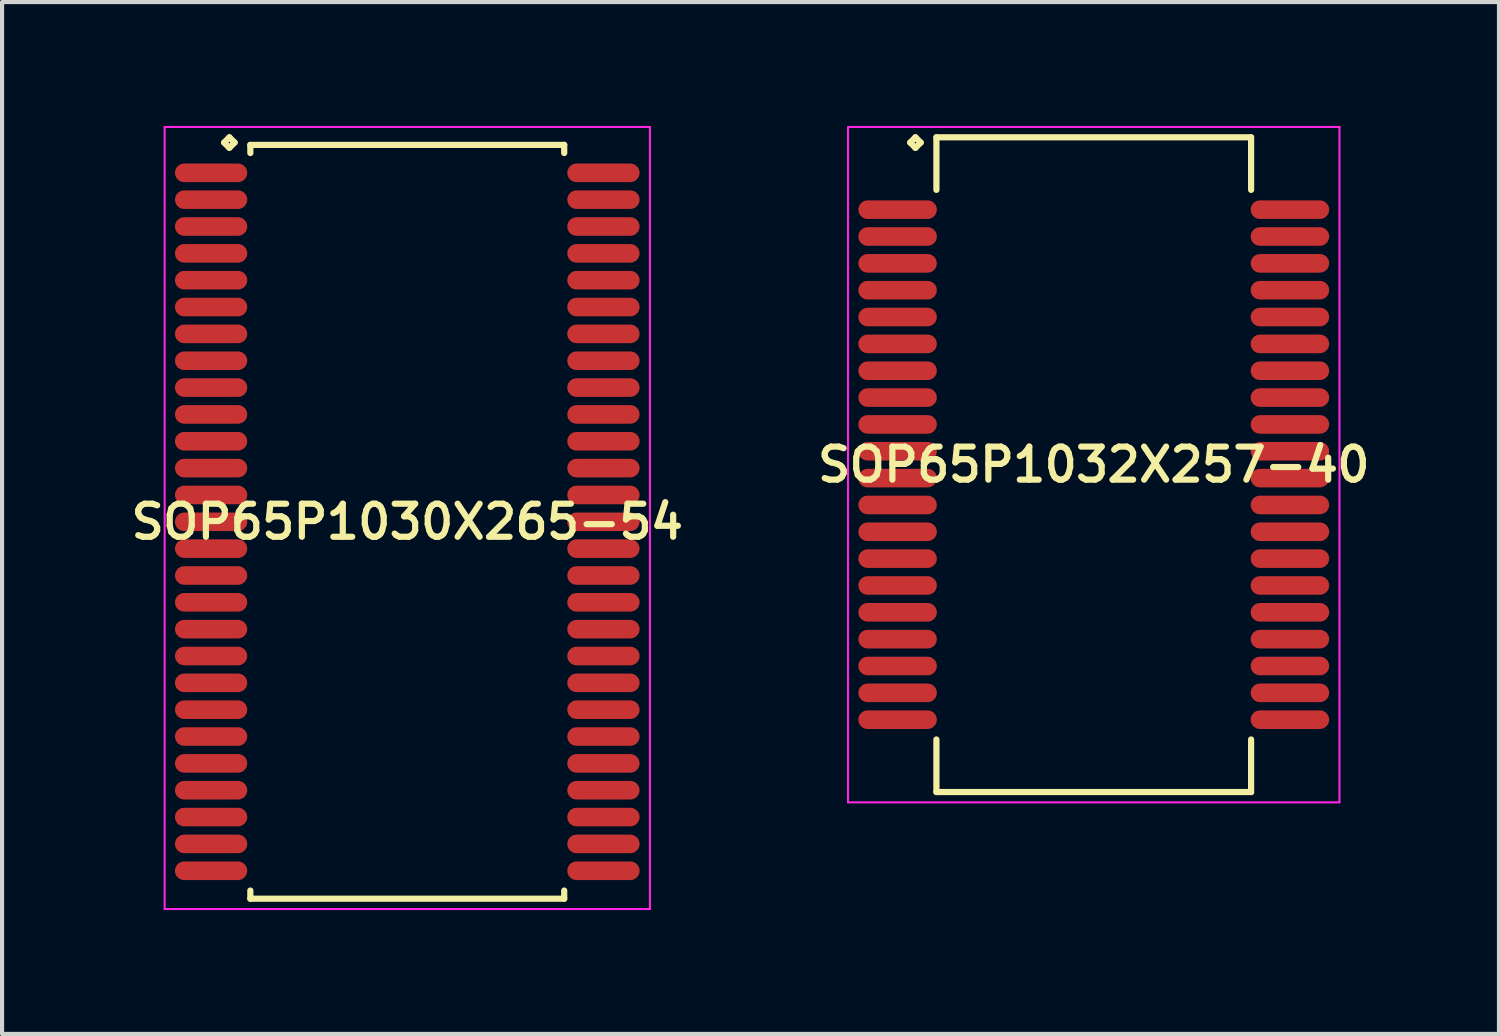
<source format=kicad_pcb>
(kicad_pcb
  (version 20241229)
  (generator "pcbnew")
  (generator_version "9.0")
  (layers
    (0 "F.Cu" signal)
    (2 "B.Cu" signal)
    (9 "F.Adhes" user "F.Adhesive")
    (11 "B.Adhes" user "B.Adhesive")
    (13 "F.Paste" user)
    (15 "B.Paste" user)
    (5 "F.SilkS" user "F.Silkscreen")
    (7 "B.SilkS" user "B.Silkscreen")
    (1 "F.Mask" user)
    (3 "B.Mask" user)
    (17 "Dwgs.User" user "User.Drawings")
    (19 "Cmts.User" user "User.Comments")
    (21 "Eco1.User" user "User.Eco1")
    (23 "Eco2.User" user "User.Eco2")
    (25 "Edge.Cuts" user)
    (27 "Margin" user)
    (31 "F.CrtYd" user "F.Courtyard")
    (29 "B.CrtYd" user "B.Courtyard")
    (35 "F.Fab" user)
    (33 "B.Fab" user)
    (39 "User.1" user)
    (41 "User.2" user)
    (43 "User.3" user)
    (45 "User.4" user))
  (footprint "SOP65P1032X257-40"
    (layer "F.Cu")
    (at 23.435 8.202)
    (property "Reference" "SOP65P1032X257-40" (at 0 0 0) (layer "F.SilkS") (effects (font (size 0.8 0.8) (thickness 0.15))))
    (attr smd)
    (fp_line (start -4.445 -7.8) (end -4.318 -7.927) (stroke (width 0.15) (type solid)) (layer "F.SilkS"))
    (fp_line (start -4.318 -7.927) (end -4.191 -7.8) (stroke (width 0.15) (type solid)) (layer "F.SilkS"))
    (fp_line (start -4.318 -7.673) (end -4.445 -7.8) (stroke (width 0.15) (type solid)) (layer "F.SilkS"))
    (fp_line (start -4.191 -7.8) (end -4.318 -7.673) (stroke (width 0.15) (type solid)) (layer "F.SilkS"))
    (fp_line (start -3.81 -7.927) (end 3.81 -7.927) (stroke (width 0.15) (type solid)) (layer "F.SilkS"))
    (fp_line (start -3.81 -6.654) (end -3.81 -7.927) (stroke (width 0.15) (type solid)) (layer "F.SilkS"))
    (fp_line (start -3.81 6.654) (end -3.81 7.927) (stroke (width 0.15) (type solid)) (layer "F.SilkS"))
    (fp_line (start -3.81 7.927) (end 3.81 7.927) (stroke (width 0.15) (type solid)) (layer "F.SilkS"))
    (fp_line (start 3.81 -7.927) (end 3.81 -6.654) (stroke (width 0.15) (type solid)) (layer "F.SilkS"))
    (fp_line (start 3.81 7.927) (end 3.81 6.654) (stroke (width 0.15) (type solid)) (layer "F.SilkS"))
    (fp_line (start -5.95 -8.177) (end 5.95 -8.177) (stroke (width 0.05) (type solid)) (layer "F.CrtYd"))
    (fp_line (start -5.95 8.177) (end -5.95 -8.177) (stroke (width 0.05) (type solid)) (layer "F.CrtYd"))
    (fp_line (start 5.95 -8.177) (end 5.95 8.177) (stroke (width 0.05) (type solid)) (layer "F.CrtYd"))
    (fp_line (start 5.95 8.177) (end -5.95 8.177) (stroke (width 0.05) (type solid)) (layer "F.CrtYd"))
    (pad "1" smd oval (at -4.75 -6.175) (size 1.9 0.45) (layers "F.Cu" "F.Mask" "F.Paste"))
    (pad "2" smd oval (at -4.75 -5.525) (size 1.9 0.45) (layers "F.Cu" "F.Mask" "F.Paste"))
    (pad "3" smd oval (at -4.75 -4.875) (size 1.9 0.45) (layers "F.Cu" "F.Mask" "F.Paste"))
    (pad "4" smd oval (at -4.75 -4.225) (size 1.9 0.45) (layers "F.Cu" "F.Mask" "F.Paste"))
    (pad "5" smd oval (at -4.75 -3.575) (size 1.9 0.45) (layers "F.Cu" "F.Mask" "F.Paste"))
    (pad "6" smd oval (at -4.75 -2.925) (size 1.9 0.45) (layers "F.Cu" "F.Mask" "F.Paste"))
    (pad "7" smd oval (at -4.75 -2.275) (size 1.9 0.45) (layers "F.Cu" "F.Mask" "F.Paste"))
    (pad "8" smd oval (at -4.75 -1.625) (size 1.9 0.45) (layers "F.Cu" "F.Mask" "F.Paste"))
    (pad "9" smd oval (at -4.75 -0.975) (size 1.9 0.45) (layers "F.Cu" "F.Mask" "F.Paste"))
    (pad "10" smd oval (at -4.75 -0.325) (size 1.9 0.45) (layers "F.Cu" "F.Mask" "F.Paste"))
    (pad "11" smd oval (at -4.75 0.325) (size 1.9 0.45) (layers "F.Cu" "F.Mask" "F.Paste"))
    (pad "12" smd oval (at -4.75 0.975) (size 1.9 0.45) (layers "F.Cu" "F.Mask" "F.Paste"))
    (pad "13" smd oval (at -4.75 1.625) (size 1.9 0.45) (layers "F.Cu" "F.Mask" "F.Paste"))
    (pad "14" smd oval (at -4.75 2.275) (size 1.9 0.45) (layers "F.Cu" "F.Mask" "F.Paste"))
    (pad "15" smd oval (at -4.75 2.925) (size 1.9 0.45) (layers "F.Cu" "F.Mask" "F.Paste"))
    (pad "16" smd oval (at -4.75 3.575) (size 1.9 0.45) (layers "F.Cu" "F.Mask" "F.Paste"))
    (pad "17" smd oval (at -4.75 4.225) (size 1.9 0.45) (layers "F.Cu" "F.Mask" "F.Paste"))
    (pad "18" smd oval (at -4.75 4.875) (size 1.9 0.45) (layers "F.Cu" "F.Mask" "F.Paste"))
    (pad "19" smd oval (at -4.75 5.525) (size 1.9 0.45) (layers "F.Cu" "F.Mask" "F.Paste"))
    (pad "20" smd oval (at -4.75 6.175) (size 1.9 0.45) (layers "F.Cu" "F.Mask" "F.Paste"))
    (pad "21" smd oval (at 4.75 6.175) (size 1.9 0.45) (layers "F.Cu" "F.Mask" "F.Paste"))
    (pad "22" smd oval (at 4.75 5.525) (size 1.9 0.45) (layers "F.Cu" "F.Mask" "F.Paste"))
    (pad "23" smd oval (at 4.75 4.875) (size 1.9 0.45) (layers "F.Cu" "F.Mask" "F.Paste"))
    (pad "24" smd oval (at 4.75 4.225) (size 1.9 0.45) (layers "F.Cu" "F.Mask" "F.Paste"))
    (pad "25" smd oval (at 4.75 3.575) (size 1.9 0.45) (layers "F.Cu" "F.Mask" "F.Paste"))
    (pad "26" smd oval (at 4.75 2.925) (size 1.9 0.45) (layers "F.Cu" "F.Mask" "F.Paste"))
    (pad "27" smd oval (at 4.75 2.275) (size 1.9 0.45) (layers "F.Cu" "F.Mask" "F.Paste"))
    (pad "28" smd oval (at 4.75 1.625) (size 1.9 0.45) (layers "F.Cu" "F.Mask" "F.Paste"))
    (pad "29" smd oval (at 4.75 0.975) (size 1.9 0.45) (layers "F.Cu" "F.Mask" "F.Paste"))
    (pad "30" smd oval (at 4.75 0.325) (size 1.9 0.45) (layers "F.Cu" "F.Mask" "F.Paste"))
    (pad "31" smd oval (at 4.75 -0.325) (size 1.9 0.45) (layers "F.Cu" "F.Mask" "F.Paste"))
    (pad "32" smd oval (at 4.75 -0.975) (size 1.9 0.45) (layers "F.Cu" "F.Mask" "F.Paste"))
    (pad "33" smd oval (at 4.75 -1.625) (size 1.9 0.45) (layers "F.Cu" "F.Mask" "F.Paste"))
    (pad "34" smd oval (at 4.75 -2.275) (size 1.9 0.45) (layers "F.Cu" "F.Mask" "F.Paste"))
    (pad "35" smd oval (at 4.75 -2.925) (size 1.9 0.45) (layers "F.Cu" "F.Mask" "F.Paste"))
    (pad "36" smd oval (at 4.75 -3.575) (size 1.9 0.45) (layers "F.Cu" "F.Mask" "F.Paste"))
    (pad "37" smd oval (at 4.75 -4.225) (size 1.9 0.45) (layers "F.Cu" "F.Mask" "F.Paste"))
    (pad "38" smd oval (at 4.75 -4.875) (size 1.9 0.45) (layers "F.Cu" "F.Mask" "F.Paste"))
    (pad "39" smd oval (at 4.75 -5.525) (size 1.9 0.45) (layers "F.Cu" "F.Mask" "F.Paste"))
    (pad "40" smd oval (at 4.75 -6.175) (size 1.9 0.45) (layers "F.Cu" "F.Mask" "F.Paste")))
  (footprint "SOP65P1030X265-54"
    (layer "F.Cu")
    (at 6.812 9.585)
    (property "Reference" "SOP65P1030X265-54" (at 0 0 0) (layer "F.SilkS") (effects (font (size 0.8 0.8) (thickness 0.15))))
    (attr smd)
    (fp_line (start -4.435 -9.183) (end -4.308 -9.31) (stroke (width 0.15) (type solid)) (layer "F.SilkS"))
    (fp_line (start -4.308 -9.31) (end -4.181 -9.183) (stroke (width 0.15) (type solid)) (layer "F.SilkS"))
    (fp_line (start -4.308 -9.056) (end -4.435 -9.183) (stroke (width 0.15) (type solid)) (layer "F.SilkS"))
    (fp_line (start -4.181 -9.183) (end -4.308 -9.056) (stroke (width 0.15) (type solid)) (layer "F.SilkS"))
    (fp_line (start -3.8 -9.127) (end 3.8 -9.127) (stroke (width 0.15) (type solid)) (layer "F.SilkS"))
    (fp_line (start -3.8 -8.929) (end -3.8 -9.127) (stroke (width 0.15) (type solid)) (layer "F.SilkS"))
    (fp_line (start -3.8 8.929) (end -3.8 9.127) (stroke (width 0.15) (type solid)) (layer "F.SilkS"))
    (fp_line (start -3.8 9.127) (end 3.8 9.127) (stroke (width 0.15) (type solid)) (layer "F.SilkS"))
    (fp_line (start 3.8 -9.127) (end 3.8 -8.929) (stroke (width 0.15) (type solid)) (layer "F.SilkS"))
    (fp_line (start 3.8 9.127) (end 3.8 8.929) (stroke (width 0.15) (type solid)) (layer "F.SilkS"))
    (fp_line (start -5.875 -9.56) (end 5.875 -9.56) (stroke (width 0.05) (type solid)) (layer "F.CrtYd"))
    (fp_line (start -5.875 9.377) (end -5.875 -9.56) (stroke (width 0.05) (type solid)) (layer "F.CrtYd"))
    (fp_line (start 5.875 -9.56) (end 5.875 9.377) (stroke (width 0.05) (type solid)) (layer "F.CrtYd"))
    (fp_line (start 5.875 9.377) (end -5.875 9.377) (stroke (width 0.05) (type solid)) (layer "F.CrtYd"))
    (pad "1" smd oval (at -4.75 -8.45) (size 1.75 0.45) (layers "F.Cu" "F.Mask" "F.Paste"))
    (pad "2" smd oval (at -4.75 -7.8) (size 1.75 0.45) (layers "F.Cu" "F.Mask" "F.Paste"))
    (pad "3" smd oval (at -4.75 -7.15) (size 1.75 0.45) (layers "F.Cu" "F.Mask" "F.Paste"))
    (pad "4" smd oval (at -4.75 -6.5) (size 1.75 0.45) (layers "F.Cu" "F.Mask" "F.Paste"))
    (pad "5" smd oval (at -4.75 -5.85) (size 1.75 0.45) (layers "F.Cu" "F.Mask" "F.Paste"))
    (pad "6" smd oval (at -4.75 -5.2) (size 1.75 0.45) (layers "F.Cu" "F.Mask" "F.Paste"))
    (pad "7" smd oval (at -4.75 -4.55) (size 1.75 0.45) (layers "F.Cu" "F.Mask" "F.Paste"))
    (pad "8" smd oval (at -4.75 -3.9) (size 1.75 0.45) (layers "F.Cu" "F.Mask" "F.Paste"))
    (pad "9" smd oval (at -4.75 -3.25) (size 1.75 0.45) (layers "F.Cu" "F.Mask" "F.Paste"))
    (pad "10" smd oval (at -4.75 -2.6) (size 1.75 0.45) (layers "F.Cu" "F.Mask" "F.Paste"))
    (pad "11" smd oval (at -4.75 -1.95) (size 1.75 0.45) (layers "F.Cu" "F.Mask" "F.Paste"))
    (pad "12" smd oval (at -4.75 -1.3) (size 1.75 0.45) (layers "F.Cu" "F.Mask" "F.Paste"))
    (pad "13" smd oval (at -4.75 -0.65) (size 1.75 0.45) (layers "F.Cu" "F.Mask" "F.Paste"))
    (pad "14" smd oval (at -4.75 0) (size 1.75 0.45) (layers "F.Cu" "F.Mask" "F.Paste"))
    (pad "15" smd oval (at -4.75 0.65) (size 1.75 0.45) (layers "F.Cu" "F.Mask" "F.Paste"))
    (pad "16" smd oval (at -4.75 1.3) (size 1.75 0.45) (layers "F.Cu" "F.Mask" "F.Paste"))
    (pad "17" smd oval (at -4.75 1.95) (size 1.75 0.45) (layers "F.Cu" "F.Mask" "F.Paste"))
    (pad "18" smd oval (at -4.75 2.6) (size 1.75 0.45) (layers "F.Cu" "F.Mask" "F.Paste"))
    (pad "19" smd oval (at -4.75 3.25) (size 1.75 0.45) (layers "F.Cu" "F.Mask" "F.Paste"))
    (pad "20" smd oval (at -4.75 3.9) (size 1.75 0.45) (layers "F.Cu" "F.Mask" "F.Paste"))
    (pad "21" smd oval (at -4.75 4.55) (size 1.75 0.45) (layers "F.Cu" "F.Mask" "F.Paste"))
    (pad "22" smd oval (at -4.75 5.2) (size 1.75 0.45) (layers "F.Cu" "F.Mask" "F.Paste"))
    (pad "23" smd oval (at -4.75 5.85) (size 1.75 0.45) (layers "F.Cu" "F.Mask" "F.Paste"))
    (pad "24" smd oval (at -4.75 6.5) (size 1.75 0.45) (layers "F.Cu" "F.Mask" "F.Paste"))
    (pad "25" smd oval (at -4.75 7.15) (size 1.75 0.45) (layers "F.Cu" "F.Mask" "F.Paste"))
    (pad "26" smd oval (at -4.75 7.8) (size 1.75 0.45) (layers "F.Cu" "F.Mask" "F.Paste"))
    (pad "27" smd oval (at -4.75 8.45) (size 1.75 0.45) (layers "F.Cu" "F.Mask" "F.Paste"))
    (pad "28" smd oval (at 4.75 8.45) (size 1.75 0.45) (layers "F.Cu" "F.Mask" "F.Paste"))
    (pad "29" smd oval (at 4.75 7.8) (size 1.75 0.45) (layers "F.Cu" "F.Mask" "F.Paste"))
    (pad "30" smd oval (at 4.75 7.15) (size 1.75 0.45) (layers "F.Cu" "F.Mask" "F.Paste"))
    (pad "31" smd oval (at 4.75 6.5) (size 1.75 0.45) (layers "F.Cu" "F.Mask" "F.Paste"))
    (pad "32" smd oval (at 4.75 5.85) (size 1.75 0.45) (layers "F.Cu" "F.Mask" "F.Paste"))
    (pad "33" smd oval (at 4.75 5.2) (size 1.75 0.45) (layers "F.Cu" "F.Mask" "F.Paste"))
    (pad "34" smd oval (at 4.75 4.55) (size 1.75 0.45) (layers "F.Cu" "F.Mask" "F.Paste"))
    (pad "35" smd oval (at 4.75 3.9) (size 1.75 0.45) (layers "F.Cu" "F.Mask" "F.Paste"))
    (pad "36" smd oval (at 4.75 3.25) (size 1.75 0.45) (layers "F.Cu" "F.Mask" "F.Paste"))
    (pad "37" smd oval (at 4.75 2.6) (size 1.75 0.45) (layers "F.Cu" "F.Mask" "F.Paste"))
    (pad "38" smd oval (at 4.75 1.95) (size 1.75 0.45) (layers "F.Cu" "F.Mask" "F.Paste"))
    (pad "39" smd oval (at 4.75 1.3) (size 1.75 0.45) (layers "F.Cu" "F.Mask" "F.Paste"))
    (pad "40" smd oval (at 4.75 0.65) (size 1.75 0.45) (layers "F.Cu" "F.Mask" "F.Paste"))
    (pad "41" smd oval (at 4.75 0) (size 1.75 0.45) (layers "F.Cu" "F.Mask" "F.Paste"))
    (pad "42" smd oval (at 4.75 -0.65) (size 1.75 0.45) (layers "F.Cu" "F.Mask" "F.Paste"))
    (pad "43" smd oval (at 4.75 -1.3) (size 1.75 0.45) (layers "F.Cu" "F.Mask" "F.Paste"))
    (pad "44" smd oval (at 4.75 -1.95) (size 1.75 0.45) (layers "F.Cu" "F.Mask" "F.Paste"))
    (pad "45" smd oval (at 4.75 -2.6) (size 1.75 0.45) (layers "F.Cu" "F.Mask" "F.Paste"))
    (pad "46" smd oval (at 4.75 -3.25) (size 1.75 0.45) (layers "F.Cu" "F.Mask" "F.Paste"))
    (pad "47" smd oval (at 4.75 -3.9) (size 1.75 0.45) (layers "F.Cu" "F.Mask" "F.Paste"))
    (pad "48" smd oval (at 4.75 -4.55) (size 1.75 0.45) (layers "F.Cu" "F.Mask" "F.Paste"))
    (pad "49" smd oval (at 4.75 -5.2) (size 1.75 0.45) (layers "F.Cu" "F.Mask" "F.Paste"))
    (pad "50" smd oval (at 4.75 -5.85) (size 1.75 0.45) (layers "F.Cu" "F.Mask" "F.Paste"))
    (pad "51" smd oval (at 4.75 -6.5) (size 1.75 0.45) (layers "F.Cu" "F.Mask" "F.Paste"))
    (pad "52" smd oval (at 4.75 -7.15) (size 1.75 0.45) (layers "F.Cu" "F.Mask" "F.Paste"))
    (pad "53" smd oval (at 4.75 -7.8) (size 1.75 0.45) (layers "F.Cu" "F.Mask" "F.Paste"))
    (pad "54" smd oval (at 4.75 -8.45) (size 1.75 0.45) (layers "F.Cu" "F.Mask" "F.Paste")))
  (gr_rect
    (start -3 -3)
    (end 33.247 21.987)
    (stroke (width 0.1) (type default))
    (fill no)
    (layer "Edge.Cuts")))
</source>
